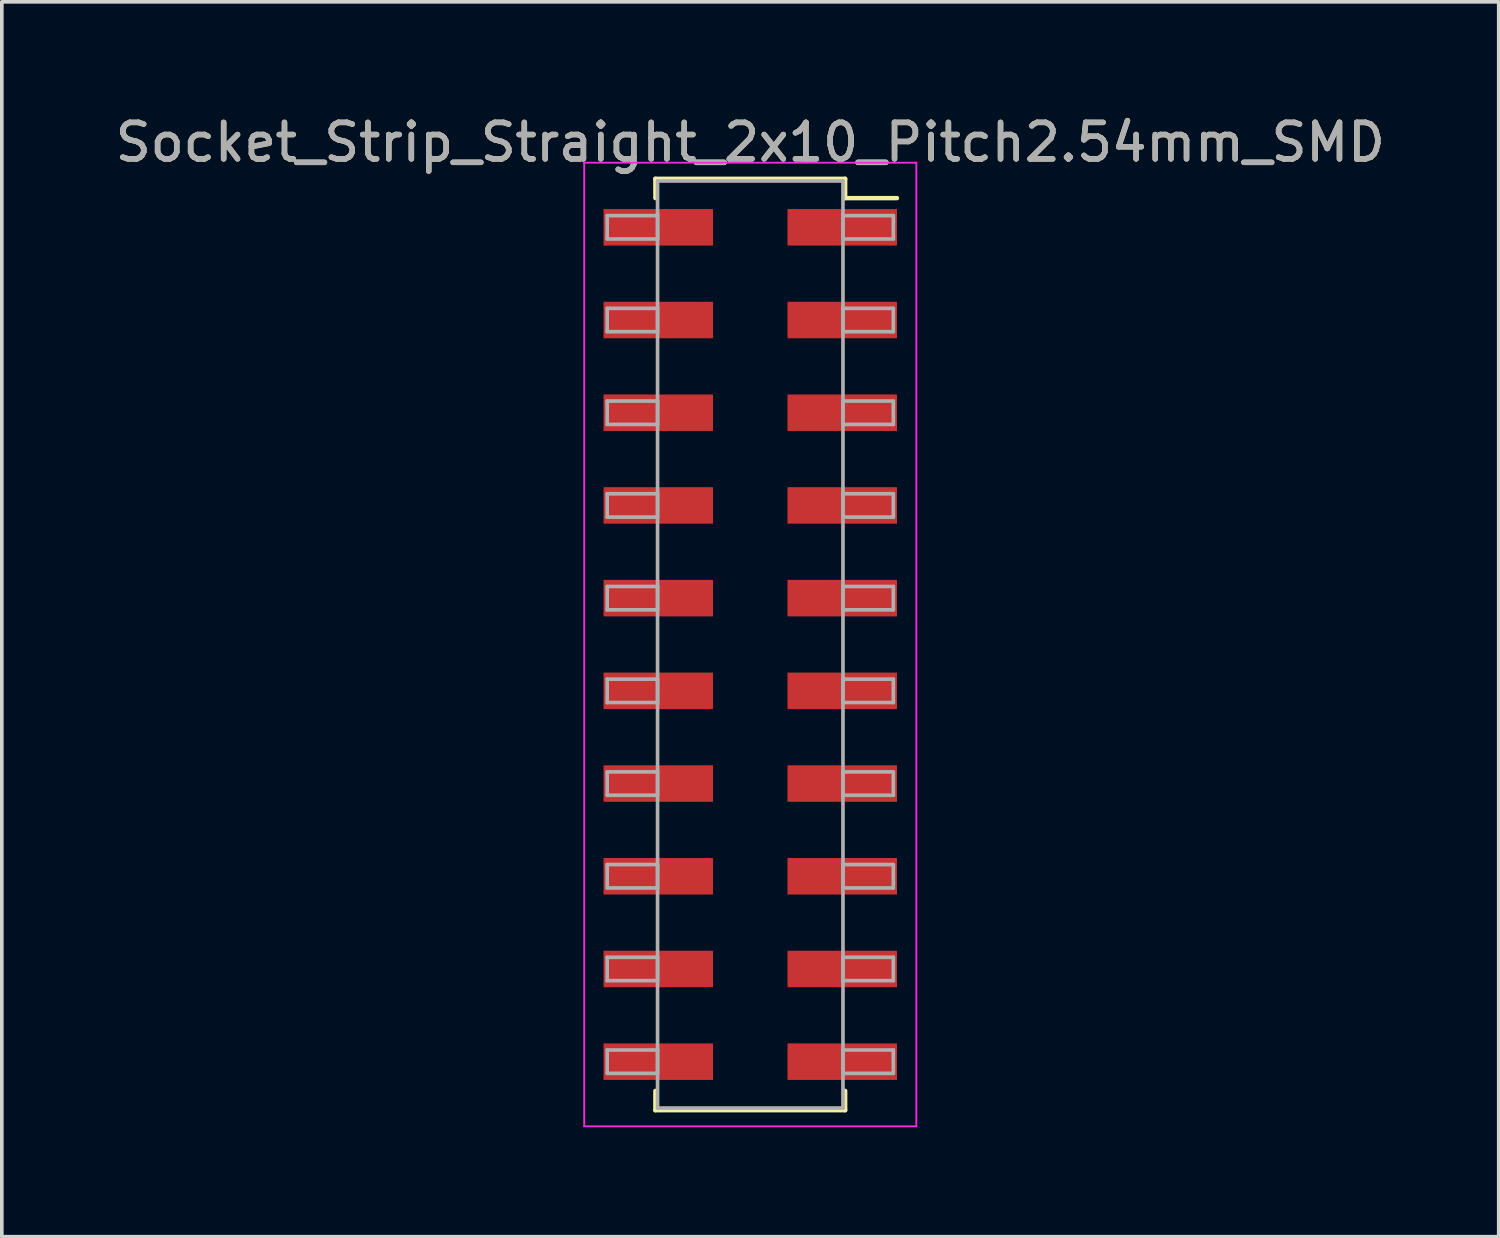
<source format=kicad_pcb>
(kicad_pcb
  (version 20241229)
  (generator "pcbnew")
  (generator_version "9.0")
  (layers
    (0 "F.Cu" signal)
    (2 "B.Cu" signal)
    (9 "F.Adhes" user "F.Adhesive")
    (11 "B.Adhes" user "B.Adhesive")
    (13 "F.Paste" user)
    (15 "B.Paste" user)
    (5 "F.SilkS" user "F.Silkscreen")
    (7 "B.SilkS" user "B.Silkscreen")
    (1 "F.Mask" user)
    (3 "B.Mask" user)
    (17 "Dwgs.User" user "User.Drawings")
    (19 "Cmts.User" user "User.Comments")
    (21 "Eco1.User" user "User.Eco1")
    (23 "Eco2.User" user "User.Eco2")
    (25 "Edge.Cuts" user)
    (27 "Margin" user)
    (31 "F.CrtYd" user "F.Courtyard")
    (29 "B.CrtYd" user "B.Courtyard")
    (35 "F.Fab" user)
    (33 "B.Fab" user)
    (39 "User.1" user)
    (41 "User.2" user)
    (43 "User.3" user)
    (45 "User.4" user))
  (footprint "Socket_Strip_Straight_2x10_Pitch2.54mm_SMD"
    (layer "F.Cu")
    (at 17.506 14.608)
    (property "Reference" "Socket_Strip_Straight_2x10_Pitch2.54mm_SMD" (at 0 -13.76 0) (layer "F.SilkS") (effects (font (size 1 1) (thickness 0.15))))
    (attr smd)
    (fp_line (start -2.6 -12.76) (end 2.6 -12.76) (stroke (width 0.12) (type solid)) (layer "F.SilkS"))
    (fp_line (start -2.6 -12.23) (end -2.6 -12.76) (stroke (width 0.12) (type solid)) (layer "F.SilkS"))
    (fp_line (start -2.6 12.23) (end -2.6 12.76) (stroke (width 0.12) (type solid)) (layer "F.SilkS"))
    (fp_line (start -2.6 12.76) (end 2.6 12.76) (stroke (width 0.12) (type solid)) (layer "F.SilkS"))
    (fp_line (start 2.6 -12.76) (end 2.6 -12.23) (stroke (width 0.12) (type solid)) (layer "F.SilkS"))
    (fp_line (start 2.6 12.76) (end 2.6 12.23) (stroke (width 0.12) (type solid)) (layer "F.SilkS"))
    (fp_line (start 4.02 -12.23) (end 2.6 -12.23) (stroke (width 0.12) (type solid)) (layer "F.SilkS"))
    (fp_line (start -4.55 -13.2) (end -4.55 13.2) (stroke (width 0.05) (type solid)) (layer "F.CrtYd"))
    (fp_line (start -4.55 13.2) (end 4.55 13.2) (stroke (width 0.05) (type solid)) (layer "F.CrtYd"))
    (fp_line (start 4.55 -13.2) (end -4.55 -13.2) (stroke (width 0.05) (type solid)) (layer "F.CrtYd"))
    (fp_line (start 4.55 13.2) (end 4.55 -13.2) (stroke (width 0.05) (type solid)) (layer "F.CrtYd"))
    (fp_line (start -3.92 -11.75) (end -2.54 -11.75) (stroke (width 0.1) (type solid)) (layer "F.Fab"))
    (fp_line (start -3.92 -11.11) (end -3.92 -11.75) (stroke (width 0.1) (type solid)) (layer "F.Fab"))
    (fp_line (start -3.92 -9.21) (end -2.54 -9.21) (stroke (width 0.1) (type solid)) (layer "F.Fab"))
    (fp_line (start -3.92 -8.57) (end -3.92 -9.21) (stroke (width 0.1) (type solid)) (layer "F.Fab"))
    (fp_line (start -3.92 -6.67) (end -2.54 -6.67) (stroke (width 0.1) (type solid)) (layer "F.Fab"))
    (fp_line (start -3.92 -6.03) (end -3.92 -6.67) (stroke (width 0.1) (type solid)) (layer "F.Fab"))
    (fp_line (start -3.92 -4.13) (end -2.54 -4.13) (stroke (width 0.1) (type solid)) (layer "F.Fab"))
    (fp_line (start -3.92 -3.49) (end -3.92 -4.13) (stroke (width 0.1) (type solid)) (layer "F.Fab"))
    (fp_line (start -3.92 -1.59) (end -2.54 -1.59) (stroke (width 0.1) (type solid)) (layer "F.Fab"))
    (fp_line (start -3.92 -0.95) (end -3.92 -1.59) (stroke (width 0.1) (type solid)) (layer "F.Fab"))
    (fp_line (start -3.92 0.95) (end -2.54 0.95) (stroke (width 0.1) (type solid)) (layer "F.Fab"))
    (fp_line (start -3.92 1.59) (end -3.92 0.95) (stroke (width 0.1) (type solid)) (layer "F.Fab"))
    (fp_line (start -3.92 3.49) (end -2.54 3.49) (stroke (width 0.1) (type solid)) (layer "F.Fab"))
    (fp_line (start -3.92 4.13) (end -3.92 3.49) (stroke (width 0.1) (type solid)) (layer "F.Fab"))
    (fp_line (start -3.92 6.03) (end -2.54 6.03) (stroke (width 0.1) (type solid)) (layer "F.Fab"))
    (fp_line (start -3.92 6.67) (end -3.92 6.03) (stroke (width 0.1) (type solid)) (layer "F.Fab"))
    (fp_line (start -3.92 8.57) (end -2.54 8.57) (stroke (width 0.1) (type solid)) (layer "F.Fab"))
    (fp_line (start -3.92 9.21) (end -3.92 8.57) (stroke (width 0.1) (type solid)) (layer "F.Fab"))
    (fp_line (start -3.92 11.11) (end -2.54 11.11) (stroke (width 0.1) (type solid)) (layer "F.Fab"))
    (fp_line (start -3.92 11.75) (end -3.92 11.11) (stroke (width 0.1) (type solid)) (layer "F.Fab"))
    (fp_line (start -2.54 -12.7) (end -2.54 12.7) (stroke (width 0.1) (type solid)) (layer "F.Fab"))
    (fp_line (start -2.54 -11.75) (end -2.54 -11.11) (stroke (width 0.1) (type solid)) (layer "F.Fab"))
    (fp_line (start -2.54 -11.11) (end -3.92 -11.11) (stroke (width 0.1) (type solid)) (layer "F.Fab"))
    (fp_line (start -2.54 -9.21) (end -2.54 -8.57) (stroke (width 0.1) (type solid)) (layer "F.Fab"))
    (fp_line (start -2.54 -8.57) (end -3.92 -8.57) (stroke (width 0.1) (type solid)) (layer "F.Fab"))
    (fp_line (start -2.54 -6.67) (end -2.54 -6.03) (stroke (width 0.1) (type solid)) (layer "F.Fab"))
    (fp_line (start -2.54 -6.03) (end -3.92 -6.03) (stroke (width 0.1) (type solid)) (layer "F.Fab"))
    (fp_line (start -2.54 -4.13) (end -2.54 -3.49) (stroke (width 0.1) (type solid)) (layer "F.Fab"))
    (fp_line (start -2.54 -3.49) (end -3.92 -3.49) (stroke (width 0.1) (type solid)) (layer "F.Fab"))
    (fp_line (start -2.54 -1.59) (end -2.54 -0.95) (stroke (width 0.1) (type solid)) (layer "F.Fab"))
    (fp_line (start -2.54 -0.95) (end -3.92 -0.95) (stroke (width 0.1) (type solid)) (layer "F.Fab"))
    (fp_line (start -2.54 0.95) (end -2.54 1.59) (stroke (width 0.1) (type solid)) (layer "F.Fab"))
    (fp_line (start -2.54 1.59) (end -3.92 1.59) (stroke (width 0.1) (type solid)) (layer "F.Fab"))
    (fp_line (start -2.54 3.49) (end -2.54 4.13) (stroke (width 0.1) (type solid)) (layer "F.Fab"))
    (fp_line (start -2.54 4.13) (end -3.92 4.13) (stroke (width 0.1) (type solid)) (layer "F.Fab"))
    (fp_line (start -2.54 6.03) (end -2.54 6.67) (stroke (width 0.1) (type solid)) (layer "F.Fab"))
    (fp_line (start -2.54 6.67) (end -3.92 6.67) (stroke (width 0.1) (type solid)) (layer "F.Fab"))
    (fp_line (start -2.54 8.57) (end -2.54 9.21) (stroke (width 0.1) (type solid)) (layer "F.Fab"))
    (fp_line (start -2.54 9.21) (end -3.92 9.21) (stroke (width 0.1) (type solid)) (layer "F.Fab"))
    (fp_line (start -2.54 11.11) (end -2.54 11.75) (stroke (width 0.1) (type solid)) (layer "F.Fab"))
    (fp_line (start -2.54 11.75) (end -3.92 11.75) (stroke (width 0.1) (type solid)) (layer "F.Fab"))
    (fp_line (start -2.54 12.7) (end 2.54 12.7) (stroke (width 0.1) (type solid)) (layer "F.Fab"))
    (fp_line (start 2.54 -12.7) (end -2.54 -12.7) (stroke (width 0.1) (type solid)) (layer "F.Fab"))
    (fp_line (start 2.54 -11.75) (end 2.54 -11.11) (stroke (width 0.1) (type solid)) (layer "F.Fab"))
    (fp_line (start 2.54 -11.11) (end 3.92 -11.11) (stroke (width 0.1) (type solid)) (layer "F.Fab"))
    (fp_line (start 2.54 -9.21) (end 2.54 -8.57) (stroke (width 0.1) (type solid)) (layer "F.Fab"))
    (fp_line (start 2.54 -8.57) (end 3.92 -8.57) (stroke (width 0.1) (type solid)) (layer "F.Fab"))
    (fp_line (start 2.54 -6.67) (end 2.54 -6.03) (stroke (width 0.1) (type solid)) (layer "F.Fab"))
    (fp_line (start 2.54 -6.03) (end 3.92 -6.03) (stroke (width 0.1) (type solid)) (layer "F.Fab"))
    (fp_line (start 2.54 -4.13) (end 2.54 -3.49) (stroke (width 0.1) (type solid)) (layer "F.Fab"))
    (fp_line (start 2.54 -3.49) (end 3.92 -3.49) (stroke (width 0.1) (type solid)) (layer "F.Fab"))
    (fp_line (start 2.54 -1.59) (end 2.54 -0.95) (stroke (width 0.1) (type solid)) (layer "F.Fab"))
    (fp_line (start 2.54 -0.95) (end 3.92 -0.95) (stroke (width 0.1) (type solid)) (layer "F.Fab"))
    (fp_line (start 2.54 0.95) (end 2.54 1.59) (stroke (width 0.1) (type solid)) (layer "F.Fab"))
    (fp_line (start 2.54 1.59) (end 3.92 1.59) (stroke (width 0.1) (type solid)) (layer "F.Fab"))
    (fp_line (start 2.54 3.49) (end 2.54 4.13) (stroke (width 0.1) (type solid)) (layer "F.Fab"))
    (fp_line (start 2.54 4.13) (end 3.92 4.13) (stroke (width 0.1) (type solid)) (layer "F.Fab"))
    (fp_line (start 2.54 6.03) (end 2.54 6.67) (stroke (width 0.1) (type solid)) (layer "F.Fab"))
    (fp_line (start 2.54 6.67) (end 3.92 6.67) (stroke (width 0.1) (type solid)) (layer "F.Fab"))
    (fp_line (start 2.54 8.57) (end 2.54 9.21) (stroke (width 0.1) (type solid)) (layer "F.Fab"))
    (fp_line (start 2.54 9.21) (end 3.92 9.21) (stroke (width 0.1) (type solid)) (layer "F.Fab"))
    (fp_line (start 2.54 11.11) (end 2.54 11.75) (stroke (width 0.1) (type solid)) (layer "F.Fab"))
    (fp_line (start 2.54 11.75) (end 3.92 11.75) (stroke (width 0.1) (type solid)) (layer "F.Fab"))
    (fp_line (start 2.54 12.7) (end 2.54 -12.7) (stroke (width 0.1) (type solid)) (layer "F.Fab"))
    (fp_line (start 3.92 -11.75) (end 2.54 -11.75) (stroke (width 0.1) (type solid)) (layer "F.Fab"))
    (fp_line (start 3.92 -11.11) (end 3.92 -11.75) (stroke (width 0.1) (type solid)) (layer "F.Fab"))
    (fp_line (start 3.92 -9.21) (end 2.54 -9.21) (stroke (width 0.1) (type solid)) (layer "F.Fab"))
    (fp_line (start 3.92 -8.57) (end 3.92 -9.21) (stroke (width 0.1) (type solid)) (layer "F.Fab"))
    (fp_line (start 3.92 -6.67) (end 2.54 -6.67) (stroke (width 0.1) (type solid)) (layer "F.Fab"))
    (fp_line (start 3.92 -6.03) (end 3.92 -6.67) (stroke (width 0.1) (type solid)) (layer "F.Fab"))
    (fp_line (start 3.92 -4.13) (end 2.54 -4.13) (stroke (width 0.1) (type solid)) (layer "F.Fab"))
    (fp_line (start 3.92 -3.49) (end 3.92 -4.13) (stroke (width 0.1) (type solid)) (layer "F.Fab"))
    (fp_line (start 3.92 -1.59) (end 2.54 -1.59) (stroke (width 0.1) (type solid)) (layer "F.Fab"))
    (fp_line (start 3.92 -0.95) (end 3.92 -1.59) (stroke (width 0.1) (type solid)) (layer "F.Fab"))
    (fp_line (start 3.92 0.95) (end 2.54 0.95) (stroke (width 0.1) (type solid)) (layer "F.Fab"))
    (fp_line (start 3.92 1.59) (end 3.92 0.95) (stroke (width 0.1) (type solid)) (layer "F.Fab"))
    (fp_line (start 3.92 3.49) (end 2.54 3.49) (stroke (width 0.1) (type solid)) (layer "F.Fab"))
    (fp_line (start 3.92 4.13) (end 3.92 3.49) (stroke (width 0.1) (type solid)) (layer "F.Fab"))
    (fp_line (start 3.92 6.03) (end 2.54 6.03) (stroke (width 0.1) (type solid)) (layer "F.Fab"))
    (fp_line (start 3.92 6.67) (end 3.92 6.03) (stroke (width 0.1) (type solid)) (layer "F.Fab"))
    (fp_line (start 3.92 8.57) (end 2.54 8.57) (stroke (width 0.1) (type solid)) (layer "F.Fab"))
    (fp_line (start 3.92 9.21) (end 3.92 8.57) (stroke (width 0.1) (type solid)) (layer "F.Fab"))
    (fp_line (start 3.92 11.11) (end 2.54 11.11) (stroke (width 0.1) (type solid)) (layer "F.Fab"))
    (fp_line (start 3.92 11.75) (end 3.92 11.11) (stroke (width 0.1) (type solid)) (layer "F.Fab"))
    (fp_text user "${REFERENCE}" (at 0 -13.76 0) (layer "F.Fab") (effects (font (size 1 1) (thickness 0.15))))
    (pad "1" smd rect (at 2.52 -11.43) (size 3 1) (layers "F.Cu" "F.Mask" "F.Paste"))
    (pad "2" smd rect (at -2.52 -11.43) (size 3 1) (layers "F.Cu" "F.Mask" "F.Paste"))
    (pad "3" smd rect (at 2.52 -8.89) (size 3 1) (layers "F.Cu" "F.Mask" "F.Paste"))
    (pad "4" smd rect (at -2.52 -8.89) (size 3 1) (layers "F.Cu" "F.Mask" "F.Paste"))
    (pad "5" smd rect (at 2.52 -6.35) (size 3 1) (layers "F.Cu" "F.Mask" "F.Paste"))
    (pad "6" smd rect (at -2.52 -6.35) (size 3 1) (layers "F.Cu" "F.Mask" "F.Paste"))
    (pad "7" smd rect (at 2.52 -3.81) (size 3 1) (layers "F.Cu" "F.Mask" "F.Paste"))
    (pad "8" smd rect (at -2.52 -3.81) (size 3 1) (layers "F.Cu" "F.Mask" "F.Paste"))
    (pad "9" smd rect (at 2.52 -1.27) (size 3 1) (layers "F.Cu" "F.Mask" "F.Paste"))
    (pad "10" smd rect (at -2.52 -1.27) (size 3 1) (layers "F.Cu" "F.Mask" "F.Paste"))
    (pad "11" smd rect (at 2.52 1.27) (size 3 1) (layers "F.Cu" "F.Mask" "F.Paste"))
    (pad "12" smd rect (at -2.52 1.27) (size 3 1) (layers "F.Cu" "F.Mask" "F.Paste"))
    (pad "13" smd rect (at 2.52 3.81) (size 3 1) (layers "F.Cu" "F.Mask" "F.Paste"))
    (pad "14" smd rect (at -2.52 3.81) (size 3 1) (layers "F.Cu" "F.Mask" "F.Paste"))
    (pad "15" smd rect (at 2.52 6.35) (size 3 1) (layers "F.Cu" "F.Mask" "F.Paste"))
    (pad "16" smd rect (at -2.52 6.35) (size 3 1) (layers "F.Cu" "F.Mask" "F.Paste"))
    (pad "17" smd rect (at 2.52 8.89) (size 3 1) (layers "F.Cu" "F.Mask" "F.Paste"))
    (pad "18" smd rect (at -2.52 8.89) (size 3 1) (layers "F.Cu" "F.Mask" "F.Paste"))
    (pad "19" smd rect (at 2.52 11.43) (size 3 1) (layers "F.Cu" "F.Mask" "F.Paste"))
    (pad "20" smd rect (at -2.52 11.43) (size 3 1) (layers "F.Cu" "F.Mask" "F.Paste")))
  (gr_rect
    (start -3 -3)
    (end 38.012 30.833)
    (stroke (width 0.1) (type default))
    (fill no)
    (layer "Edge.Cuts")))
</source>
